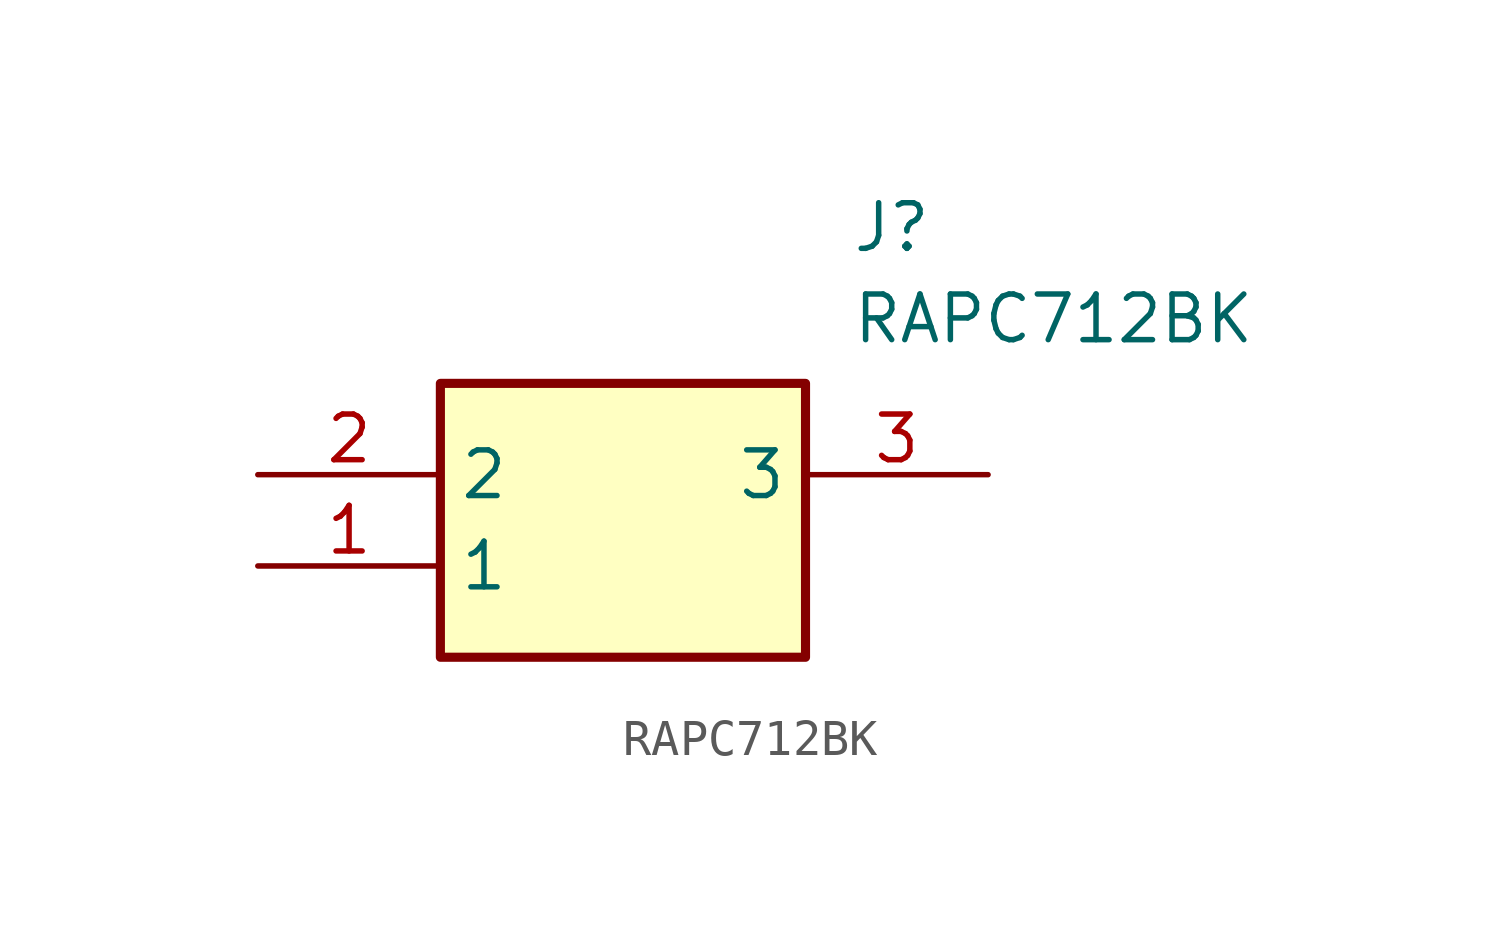
<source format=kicad_sym>
(kicad_symbol_lib
  (version 20211014)
  (generator SamacSys_ECAD_Model)
  (symbol "RAPC712BK"
    (property "Reference" "J"
      (at 16.51 7.62 0)
      (effects (font (size 1.27 1.27)) (justify left top)))
    (property "Value" "RAPC712BK"
      (at 16.51 5.08 0)
      (effects (font (size 1.27 1.27)) (justify left top)))
    (rectangle
      (start 5.08 2.54)
      (end 15.24 -5.08)
      (stroke (width 0.254) (type default))
      (fill (type background)))
    (pin passive line
      (at 0 -2.54 0)
      (length 5.08)
      (name "1" (effects (font (size 1.27 1.27))))
      (number "1" (effects (font (size 1.27 1.27)))))
    (pin passive line
      (at 0 0 0)
      (length 5.08)
      (name "2" (effects (font (size 1.27 1.27))))
      (number "2" (effects (font (size 1.27 1.27)))))
    (pin passive line
      (at 20.32 0 180)
      (length 5.08)
      (name "3" (effects (font (size 1.27 1.27))))
      (number "3" (effects (font (size 1.27 1.27)))))))
</source>
